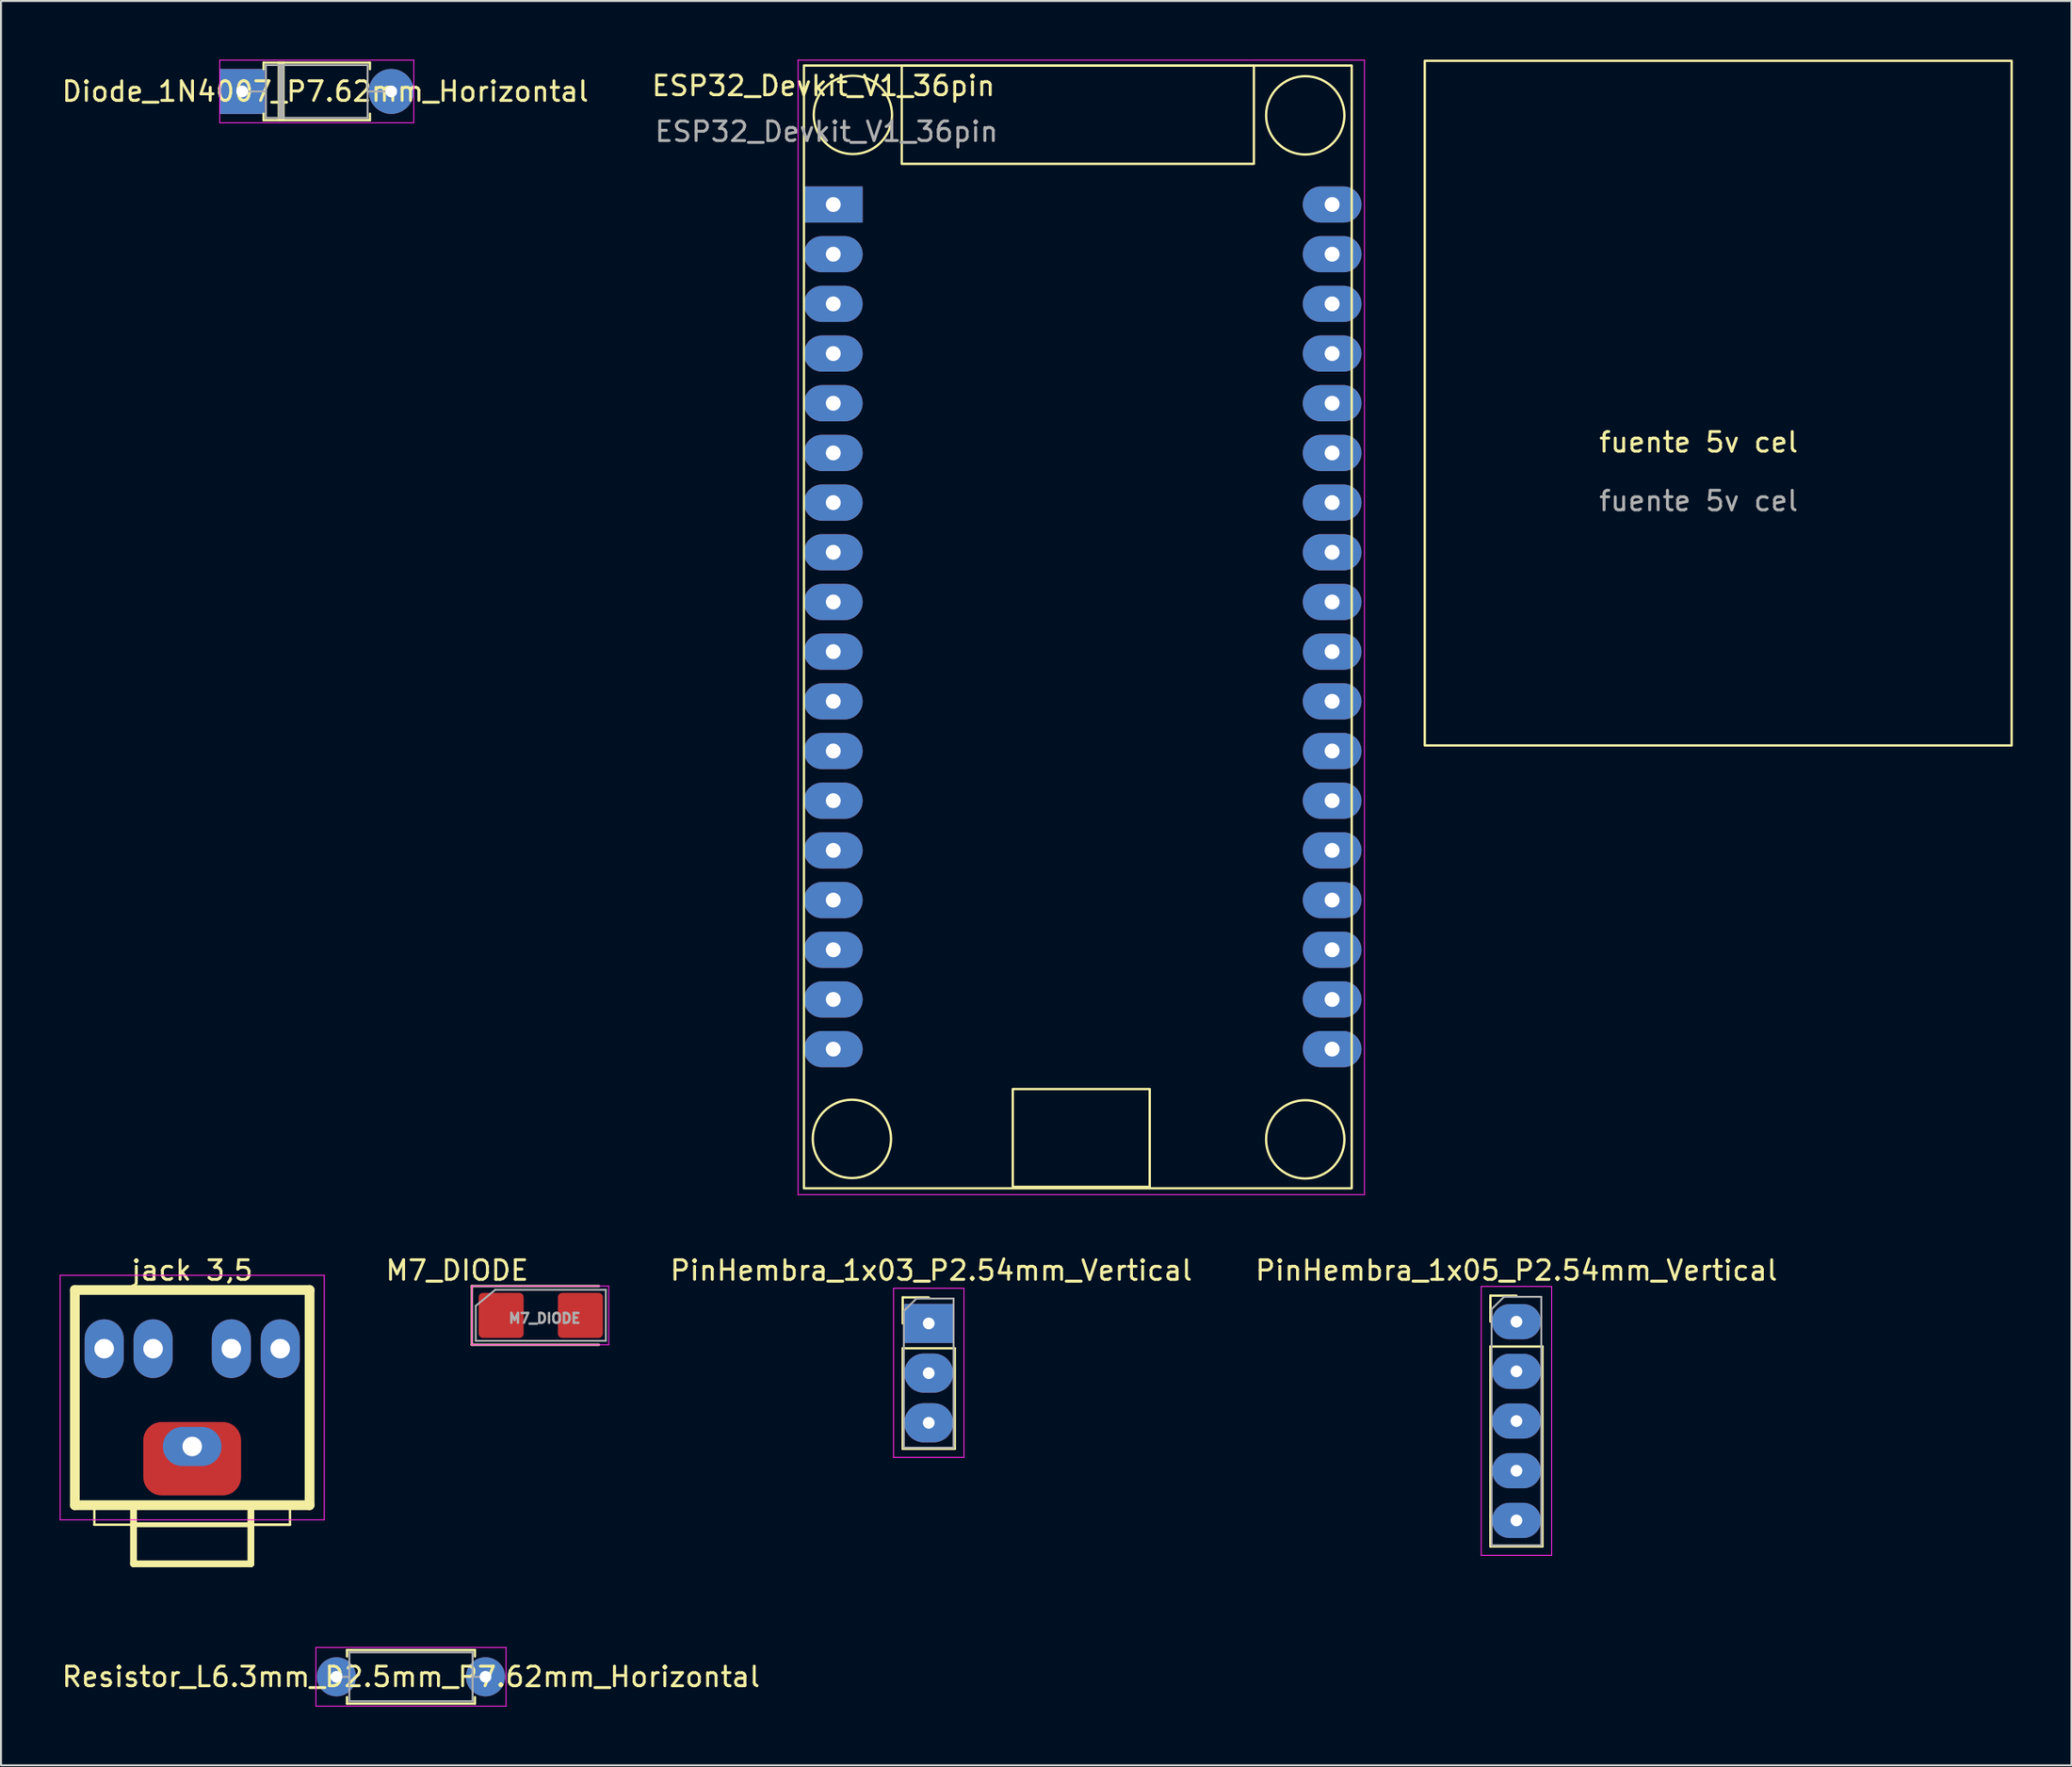
<source format=kicad_pcb>
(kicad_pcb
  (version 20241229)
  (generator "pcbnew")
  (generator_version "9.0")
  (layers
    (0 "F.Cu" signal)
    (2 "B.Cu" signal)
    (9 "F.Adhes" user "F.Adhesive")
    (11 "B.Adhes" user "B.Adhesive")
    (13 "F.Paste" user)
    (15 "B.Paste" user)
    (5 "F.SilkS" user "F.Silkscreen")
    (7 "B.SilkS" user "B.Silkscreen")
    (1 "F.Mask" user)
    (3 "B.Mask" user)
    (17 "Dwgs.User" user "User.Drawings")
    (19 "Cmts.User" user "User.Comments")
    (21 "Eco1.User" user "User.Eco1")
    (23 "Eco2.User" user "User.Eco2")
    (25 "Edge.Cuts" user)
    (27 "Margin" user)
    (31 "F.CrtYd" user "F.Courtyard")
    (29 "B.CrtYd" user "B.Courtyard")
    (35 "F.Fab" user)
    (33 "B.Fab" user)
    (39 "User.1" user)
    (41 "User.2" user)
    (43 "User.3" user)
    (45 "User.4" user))
  (footprint "ESP32_Devkit_V1_36pin"
    (layer "F.Cu")
    (at 38.047 0.3)
    (property "Reference" "ESP32_Devkit_V1_36pin" (at 0.995 1.04 0) (unlocked yes) (layer "F.SilkS") (effects (font (size 1 1) (thickness 0.15))))
    (attr through_hole)
    (fp_rect (start 0 0) (end 28 57.4) (stroke (width 0.12) (type solid)) (fill no) (layer "F.SilkS"))
    (fp_rect (start 5 0) (end 23 5.025) (stroke (width 0.12) (type solid)) (fill no) (layer "F.SilkS"))
    (fp_rect (start 10.675 52.325) (end 17.675 57.325) (stroke (width 0.12) (type solid)) (fill no) (layer "F.SilkS"))
    (fp_circle (center 2.45 54.875) (end 4.425 55.2) (stroke (width 0.12) (type solid)) (fill no) (layer "F.SilkS"))
    (fp_circle (center 2.5 2.525) (end 4.475 2.85) (stroke (width 0.12) (type solid)) (fill no) (layer "F.SilkS"))
    (fp_circle (center 25.625 2.548) (end 27.6 2.873) (stroke (width 0.12) (type solid)) (fill no) (layer "F.SilkS"))
    (fp_circle (center 25.625 54.898) (end 27.627 54.898) (stroke (width 0.12) (type solid)) (fill no) (layer "F.SilkS"))
    (fp_line (start -0.3 -0.275) (end 28.65 -0.275) (stroke (width 0.05) (type solid)) (layer "F.CrtYd"))
    (fp_line (start -0.3 57.725) (end -0.3 -0.275) (stroke (width 0.05) (type solid)) (layer "F.CrtYd"))
    (fp_line (start -0.3 57.725) (end 28.65 57.725) (stroke (width 0.05) (type solid)) (layer "F.CrtYd"))
    (fp_line (start 28.65 57.725) (end 28.65 -0.275) (stroke (width 0.05) (type solid)) (layer "F.CrtYd"))
    (fp_text user "${REFERENCE}" (at 1.155 3.38 0) (unlocked yes) (layer "F.Fab") (effects (font (size 1 1) (thickness 0.15))))
    (pad "1" thru_hole rect (at 1.5 7.105) (size 3 1.85) (drill 0.762) (layers "*.Cu" "*.Mask"))
    (pad "2" thru_hole oval (at 1.5 9.645) (size 3 1.85) (drill 0.762) (layers "*.Cu" "*.Mask"))
    (pad "3" thru_hole oval (at 1.5 12.185) (size 3 1.85) (drill 0.762) (layers "*.Cu" "*.Mask"))
    (pad "4" thru_hole oval (at 1.5 14.725) (size 3 1.85) (drill 0.762) (layers "*.Cu" "*.Mask"))
    (pad "5" thru_hole oval (at 1.5 17.265) (size 3 1.85) (drill 0.762) (layers "*.Cu" "*.Mask"))
    (pad "6" thru_hole oval (at 1.5 19.805) (size 3 1.85) (drill 0.762) (layers "*.Cu" "*.Mask"))
    (pad "7" thru_hole oval (at 1.5 22.345) (size 3 1.85) (drill 0.762) (layers "*.Cu" "*.Mask"))
    (pad "8" thru_hole oval (at 1.5 24.885) (size 3 1.85) (drill 0.762) (layers "*.Cu" "*.Mask"))
    (pad "9" thru_hole oval (at 1.5 27.425) (size 3 1.85) (drill 0.762) (layers "*.Cu" "*.Mask"))
    (pad "10" thru_hole oval (at 1.5 29.965) (size 3 1.85) (drill 0.762) (layers "*.Cu" "*.Mask"))
    (pad "11" thru_hole oval (at 1.5 32.505) (size 3 1.85) (drill 0.762) (layers "*.Cu" "*.Mask"))
    (pad "12" thru_hole oval (at 1.5 35.045) (size 3 1.85) (drill 0.762) (layers "*.Cu" "*.Mask"))
    (pad "13" thru_hole oval (at 1.5 37.585) (size 3 1.85) (drill 0.762) (layers "*.Cu" "*.Mask"))
    (pad "14" thru_hole oval (at 1.5 40.125) (size 3 1.85) (drill 0.762) (layers "*.Cu" "*.Mask"))
    (pad "15" thru_hole oval (at 1.5 42.665) (size 3 1.85) (drill 0.762) (layers "*.Cu" "*.Mask"))
    (pad "16" thru_hole oval (at 1.5 45.205) (size 3 1.85) (drill 0.762) (layers "*.Cu" "*.Mask"))
    (pad "17" thru_hole oval (at 1.5 47.745) (size 3 1.85) (drill 0.762) (layers "*.Cu" "*.Mask"))
    (pad "18" thru_hole oval (at 1.5 50.285) (size 3 1.85) (drill 0.762) (layers "*.Cu" "*.Mask"))
    (pad "19" thru_hole oval (at 27 50.285) (size 3 1.85) (drill 0.762) (layers "*.Cu" "*.Mask"))
    (pad "20" thru_hole oval (at 27 47.745) (size 3 1.85) (drill 0.762) (layers "*.Cu" "*.Mask"))
    (pad "21" thru_hole oval (at 27 45.205) (size 3 1.85) (drill 0.762) (layers "*.Cu" "*.Mask"))
    (pad "22" thru_hole oval (at 27 42.665) (size 3 1.85) (drill 0.762) (layers "*.Cu" "*.Mask"))
    (pad "23" thru_hole oval (at 27 40.125) (size 3 1.85) (drill 0.762) (layers "*.Cu" "*.Mask"))
    (pad "24" thru_hole oval (at 27 37.585) (size 3 1.85) (drill 0.762) (layers "*.Cu" "*.Mask"))
    (pad "25" thru_hole oval (at 27 35.045) (size 3 1.85) (drill 0.762) (layers "*.Cu" "*.Mask"))
    (pad "26" thru_hole oval (at 27 32.505) (size 3 1.85) (drill 0.762) (layers "*.Cu" "*.Mask"))
    (pad "27" thru_hole oval (at 27 29.965) (size 3 1.85) (drill 0.762) (layers "*.Cu" "*.Mask"))
    (pad "28" thru_hole oval (at 27 27.425) (size 3 1.85) (drill 0.762) (layers "*.Cu" "*.Mask"))
    (pad "29" thru_hole oval (at 27 24.885) (size 3 1.85) (drill 0.762) (layers "*.Cu" "*.Mask"))
    (pad "30" thru_hole oval (at 27 22.345) (size 3 1.85) (drill 0.762) (layers "*.Cu" "*.Mask"))
    (pad "31" thru_hole oval (at 27 19.805) (size 3 1.85) (drill 0.762) (layers "*.Cu" "*.Mask"))
    (pad "32" thru_hole oval (at 27 17.265) (size 3 1.85) (drill 0.762) (layers "*.Cu" "*.Mask"))
    (pad "33" thru_hole oval (at 27 14.725) (size 3 1.85) (drill 0.762) (layers "*.Cu" "*.Mask"))
    (pad "34" thru_hole oval (at 27 12.185) (size 3 1.85) (drill 0.762) (layers "*.Cu" "*.Mask"))
    (pad "35" thru_hole oval (at 27 9.645) (size 3 1.85) (drill 0.762) (layers "*.Cu" "*.Mask"))
    (pad "36" thru_hole oval (at 27 7.105) (size 3 1.85) (drill 0.762) (layers "*.Cu" "*.Mask")))
  (footprint "Resistor_L6.3mm_D2.5mm_P7.62mm_Horizontal"
    (layer "F.Cu")
    (at 17.958 82.673)
    (property "Reference" "Resistor_L6.3mm_D2.5mm_P7.62mm_Horizontal" (at 0 0 0) (unlocked yes) (layer "F.SilkS") (effects (font (size 1 1) (thickness 0.15))))
    (attr through_hole)
    (fp_line (start -3.27 -1.37) (end 3.27 -1.37) (stroke (width 0.12) (type solid)) (layer "F.SilkS"))
    (fp_line (start -3.27 -1.04) (end -3.27 -1.37) (stroke (width 0.12) (type solid)) (layer "F.SilkS"))
    (fp_line (start -3.27 1.04) (end -3.27 1.37) (stroke (width 0.12) (type solid)) (layer "F.SilkS"))
    (fp_line (start -3.27 1.37) (end 3.27 1.37) (stroke (width 0.12) (type solid)) (layer "F.SilkS"))
    (fp_line (start 3.27 -1.37) (end 3.27 -1.04) (stroke (width 0.12) (type solid)) (layer "F.SilkS"))
    (fp_line (start 3.27 1.37) (end 3.27 1.04) (stroke (width 0.12) (type solid)) (layer "F.SilkS"))
    (fp_line (start -4.86 -1.5) (end -4.86 1.5) (stroke (width 0.05) (type solid)) (layer "F.CrtYd"))
    (fp_line (start -4.86 1.5) (end 4.86 1.5) (stroke (width 0.05) (type solid)) (layer "F.CrtYd"))
    (fp_line (start 4.86 -1.5) (end -4.86 -1.5) (stroke (width 0.05) (type solid)) (layer "F.CrtYd"))
    (fp_line (start 4.86 1.5) (end 4.86 -1.5) (stroke (width 0.05) (type solid)) (layer "F.CrtYd"))
    (fp_line (start -3.81 0) (end -3.15 0) (stroke (width 0.1) (type solid)) (layer "F.Fab"))
    (fp_line (start -3.15 -1.25) (end -3.15 1.25) (stroke (width 0.1) (type solid)) (layer "F.Fab"))
    (fp_line (start -3.15 1.25) (end 3.15 1.25) (stroke (width 0.1) (type solid)) (layer "F.Fab"))
    (fp_line (start 3.15 -1.25) (end -3.15 -1.25) (stroke (width 0.1) (type solid)) (layer "F.Fab"))
    (fp_line (start 3.15 1.25) (end 3.15 -1.25) (stroke (width 0.1) (type solid)) (layer "F.Fab"))
    (fp_line (start 3.81 0) (end 3.15 0) (stroke (width 0.1) (type solid)) (layer "F.Fab"))
    (pad "1" thru_hole circle (at -3.81 0) (size 2 2) (drill 0.6) (layers "*.Cu" "*.Mask"))
    (pad "2" thru_hole oval (at 3.81 0) (size 2 2) (drill 0.6) (layers "*.Cu" "*.Mask")))
  (footprint "M7_DIODE"
    (layer "F.Cu")
    (at 21.068 64.198)
    (property "Reference" "M7_DIODE" (at -0.75 -2.3 0) (unlocked yes) (layer "F.SilkS") (effects (font (size 1 1) (thickness 0.15))))
    (attr smd)
    (fp_line (start 0 -1.5) (end 0 1.5) (stroke (width 0.12) (type solid)) (layer "F.SilkS"))
    (fp_line (start 0 1.5) (end 6.5 1.5) (stroke (width 0.12) (type solid)) (layer "F.SilkS"))
    (fp_line (start 6.5 -1.5) (end 0 -1.5) (stroke (width 0.12) (type solid)) (layer "F.SilkS"))
    (fp_line (start 0 -1.5) (end 7 -1.5) (stroke (width 0.05) (type solid)) (layer "F.CrtYd"))
    (fp_line (start 0 1.5) (end 0 -1.5) (stroke (width 0.05) (type solid)) (layer "F.CrtYd"))
    (fp_line (start 7 -1.5) (end 7 1.5) (stroke (width 0.05) (type solid)) (layer "F.CrtYd"))
    (fp_line (start 7 1.5) (end 0 1.5) (stroke (width 0.05) (type solid)) (layer "F.CrtYd"))
    (fp_line (start 0.2 -0.487) (end 0.2 1.3) (stroke (width 0.1) (type solid)) (layer "F.Fab"))
    (fp_line (start 0.2 1.3) (end 6.85 1.3) (stroke (width 0.1) (type solid)) (layer "F.Fab"))
    (fp_line (start 1.2 -1.312) (end 0.2 -0.487) (stroke (width 0.1) (type solid)) (layer "F.Fab"))
    (fp_line (start 6.85 -1.31) (end 1.2 -1.312) (stroke (width 0.1) (type solid)) (layer "F.Fab"))
    (fp_line (start 6.85 1.3) (end 6.85 -1.31) (stroke (width 0.1) (type solid)) (layer "F.Fab"))
    (fp_text user "${REFERENCE}" (at 3.725 0.15 0) (unlocked yes) (layer "F.Fab") (effects (font (size 0.5 0.5) (thickness 0.125))))
    (pad "1" smd roundrect (at 1.5 0) (size 2.3 2.3) (layers "F.Cu" "F.Mask" "F.Paste") (roundrect_rratio 0.094))
    (pad "2" smd roundrect (at 5.55 0) (size 2.3 2.3) (layers "F.Cu" "F.Mask" "F.Paste") (roundrect_rratio 0.094)))
  (footprint "Diode_1N4007_P7.62mm_Horizontal"
    (layer "F.Cu")
    (at 13.527 1.625)
    (property "Reference" "Diode_1N4007_P7.62mm_Horizontal" (at 0.05 0 0) (unlocked yes) (layer "F.SilkS") (effects (font (size 1 1) (thickness 0.15))))
    (attr through_hole)
    (fp_line (start -3.105 -1.47) (end 2.335 -1.47) (stroke (width 0.12) (type solid)) (layer "F.SilkS"))
    (fp_line (start -3.105 -1.14) (end -3.105 -1.47) (stroke (width 0.12) (type solid)) (layer "F.SilkS"))
    (fp_line (start -3.105 1.14) (end -3.105 1.47) (stroke (width 0.12) (type solid)) (layer "F.SilkS"))
    (fp_line (start -3.105 1.47) (end 2.335 1.47) (stroke (width 0.12) (type solid)) (layer "F.SilkS"))
    (fp_line (start -2.325 -1.47) (end -2.325 1.47) (stroke (width 0.12) (type solid)) (layer "F.SilkS"))
    (fp_line (start -2.205 -1.47) (end -2.205 1.47) (stroke (width 0.12) (type solid)) (layer "F.SilkS"))
    (fp_line (start -2.085 -1.47) (end -2.085 1.47) (stroke (width 0.12) (type solid)) (layer "F.SilkS"))
    (fp_line (start 2.335 -1.47) (end 2.335 -1.14) (stroke (width 0.12) (type solid)) (layer "F.SilkS"))
    (fp_line (start 2.335 1.47) (end 2.335 1.14) (stroke (width 0.12) (type solid)) (layer "F.SilkS"))
    (fp_line (start -5.345 -1.6) (end -5.345 1.6) (stroke (width 0.05) (type solid)) (layer "F.CrtYd"))
    (fp_line (start -5.345 1.6) (end 4.575 1.6) (stroke (width 0.05) (type solid)) (layer "F.CrtYd"))
    (fp_line (start 4.575 -1.6) (end -5.345 -1.6) (stroke (width 0.05) (type solid)) (layer "F.CrtYd"))
    (fp_line (start 4.575 1.6) (end 4.575 -1.6) (stroke (width 0.05) (type solid)) (layer "F.CrtYd"))
    (fp_line (start -4.195 0) (end -2.985 0) (stroke (width 0.1) (type solid)) (layer "F.Fab"))
    (fp_line (start -2.985 -1.35) (end -2.985 1.35) (stroke (width 0.1) (type solid)) (layer "F.Fab"))
    (fp_line (start -2.985 1.35) (end 2.215 1.35) (stroke (width 0.1) (type solid)) (layer "F.Fab"))
    (fp_line (start -2.305 -1.35) (end -2.305 1.35) (stroke (width 0.1) (type solid)) (layer "F.Fab"))
    (fp_line (start -2.205 -1.35) (end -2.205 1.35) (stroke (width 0.1) (type solid)) (layer "F.Fab"))
    (fp_line (start -2.105 -1.35) (end -2.105 1.35) (stroke (width 0.1) (type solid)) (layer "F.Fab"))
    (fp_line (start 2.215 -1.35) (end -2.985 -1.35) (stroke (width 0.1) (type solid)) (layer "F.Fab"))
    (fp_line (start 2.215 1.35) (end 2.215 -1.35) (stroke (width 0.1) (type solid)) (layer "F.Fab"))
    (fp_line (start 3.425 0) (end 2.215 0) (stroke (width 0.1) (type solid)) (layer "F.Fab"))
    (pad "1" thru_hole rect (at -4.195 0) (size 2.3 2.3) (drill 0.6) (layers "*.Cu" "*.Mask"))
    (pad "2" thru_hole oval (at 3.425 0) (size 2.3 2.3) (drill 0.6) (layers "*.Cu" "*.Mask")))
  (footprint "jack 3,5"
    (layer "F.Cu")
    (at 3.775 77.898)
    (property "Reference" "jack 3,5" (at 3 -16 0) (unlocked yes) (layer "F.SilkS") (effects (font (size 1 1) (thickness 0.15))))
    (attr through_hole)
    (fp_line (start -3 -15) (end 9 -15) (stroke (width 0.5) (type default)) (layer "F.SilkS"))
    (fp_line (start -3 -4) (end -3 -15) (stroke (width 0.5) (type default)) (layer "F.SilkS"))
    (fp_line (start -3 -4) (end 9 -4) (stroke (width 0.5) (type default)) (layer "F.SilkS"))
    (fp_line (start -2 -3) (end -2 -4) (stroke (width 0.12) (type default)) (layer "F.SilkS"))
    (fp_line (start -2 -3) (end 0 -3) (stroke (width 0.12) (type default)) (layer "F.SilkS"))
    (fp_line (start 0 -3) (end 6 -3) (stroke (width 0.25) (type default)) (layer "F.SilkS"))
    (fp_line (start 0 -1) (end 0 -4) (stroke (width 0.35) (type default)) (layer "F.SilkS"))
    (fp_line (start 6 -3) (end 8 -3) (stroke (width 0.12) (type default)) (layer "F.SilkS"))
    (fp_line (start 6 -1) (end 0 -1) (stroke (width 0.35) (type default)) (layer "F.SilkS"))
    (fp_line (start 6 -1) (end 6 -4) (stroke (width 0.35) (type default)) (layer "F.SilkS"))
    (fp_line (start 8 -3) (end 6 -3) (stroke (width 0.12) (type default)) (layer "F.SilkS"))
    (fp_line (start 8 -3) (end 8 -4) (stroke (width 0.12) (type default)) (layer "F.SilkS"))
    (fp_line (start 9 -15) (end 9 -4) (stroke (width 0.5) (type default)) (layer "F.SilkS"))
    (fp_line (start -3.75 -15.75) (end -3.75 -3.25) (stroke (width 0.05) (type default)) (layer "F.CrtYd"))
    (fp_line (start -3.75 -3.25) (end 9.75 -3.25) (stroke (width 0.05) (type default)) (layer "F.CrtYd"))
    (fp_line (start 9.75 -15.75) (end -3.75 -15.75) (stroke (width 0.05) (type default)) (layer "F.CrtYd"))
    (fp_line (start 9.75 -3.25) (end 9.75 -15.75) (stroke (width 0.05) (type default)) (layer "F.CrtYd"))
    (pad "" smd roundrect (at 3 -6.375 90) (size 3.75 5) (layers "F.Cu" "F.Mask" "F.Paste") (roundrect_rratio 0.25))
    (pad "1" thru_hole oval (at -1.5 -12) (size 2 3) (drill 1) (layers "*.Cu" "*.Mask"))
    (pad "2" thru_hole oval (at 1 -12) (size 2 3) (drill 1) (layers "*.Cu" "*.Mask"))
    (pad "3" thru_hole oval (at 5 -12) (size 2 3) (drill 1) (layers "*.Cu" "*.Mask"))
    (pad "4" thru_hole oval (at 7.5 -12) (size 2 3) (drill 1) (layers "*.Cu" "*.Mask" "Eco1.User"))
    (pad "5" thru_hole oval (at 3 -7) (size 3 2) (drill 1) (layers "*.Cu" "*.Mask" "Eco1.User")))
  (footprint "fuente 5v cel"
    (layer "F.Cu")
    (at 84.782 17.56)
    (property "Reference" "fuente 5v cel" (at -1 2 0) (unlocked yes) (layer "F.SilkS") (effects (font (size 1 1) (thickness 0.15))))
    (attr through_hole)
    (fp_rect (start -15 -17.5) (end 15 17.5) (stroke (width 0.12) (type default)) (fill no) (layer "F.SilkS"))
    (fp_text user "${REFERENCE}" (at -1 5 0) (unlocked yes) (layer "F.Fab") (effects (font (size 1 1) (thickness 0.15)))))
  (footprint "PinHembra_1x03_P2.54mm_Vertical"
    (layer "F.Cu")
    (at 44.551 67.148)
    (property "Reference" "PinHembra_1x03_P2.54mm_Vertical" (at 0 -5.25 0) (unlocked yes) (layer "F.SilkS") (effects (font (size 1 1) (thickness 0.15))))
    (attr through_hole)
    (fp_line (start -1.455 -3.87) (end -0.125 -3.87) (stroke (width 0.12) (type solid)) (layer "F.SilkS"))
    (fp_line (start -1.455 -2.54) (end -1.455 -3.87) (stroke (width 0.12) (type solid)) (layer "F.SilkS"))
    (fp_line (start -1.455 -1.27) (end -1.455 3.87) (stroke (width 0.12) (type solid)) (layer "F.SilkS"))
    (fp_line (start -1.455 -1.27) (end 1.205 -1.27) (stroke (width 0.12) (type solid)) (layer "F.SilkS"))
    (fp_line (start -1.455 3.87) (end 1.205 3.87) (stroke (width 0.12) (type solid)) (layer "F.SilkS"))
    (fp_line (start 1.205 -1.27) (end 1.205 3.87) (stroke (width 0.12) (type solid)) (layer "F.SilkS"))
    (fp_line (start -1.925 -4.34) (end -1.925 4.31) (stroke (width 0.05) (type solid)) (layer "F.CrtYd"))
    (fp_line (start -1.925 4.31) (end 1.675 4.31) (stroke (width 0.05) (type solid)) (layer "F.CrtYd"))
    (fp_line (start 1.675 -4.34) (end -1.925 -4.34) (stroke (width 0.05) (type solid)) (layer "F.CrtYd"))
    (fp_line (start 1.675 4.31) (end 1.675 -4.34) (stroke (width 0.05) (type solid)) (layer "F.CrtYd"))
    (fp_line (start -1.395 -3.175) (end -0.76 -3.81) (stroke (width 0.1) (type solid)) (layer "F.Fab"))
    (fp_line (start -1.395 3.81) (end -1.395 -3.175) (stroke (width 0.1) (type solid)) (layer "F.Fab"))
    (fp_line (start -0.76 -3.81) (end 1.145 -3.81) (stroke (width 0.1) (type solid)) (layer "F.Fab"))
    (fp_line (start 1.145 -3.81) (end 1.145 3.81) (stroke (width 0.1) (type solid)) (layer "F.Fab"))
    (fp_line (start 1.145 3.81) (end -1.395 3.81) (stroke (width 0.1) (type solid)) (layer "F.Fab"))
    (pad "1" thru_hole rect (at -0.125 -2.54) (size 2.5 2) (drill 0.6) (layers "*.Cu" "*.Mask"))
    (pad "2" thru_hole oval (at -0.125 0) (size 2.5 2) (drill 0.6) (layers "*.Cu" "*.Mask"))
    (pad "3" thru_hole oval (at -0.125 2.54) (size 2.5 2) (drill 0.6) (layers "*.Cu" "*.Mask")))
  (footprint "PinHembra_1x05_P2.54mm_Vertical"
    (layer "F.Cu")
    (at 74.468 69.598)
    (property "Reference" "PinHembra_1x05_P2.54mm_Vertical" (at 0 -7.7 0) (unlocked yes) (layer "F.SilkS") (effects (font (size 1 1) (thickness 0.15))))
    (attr through_hole)
    (fp_line (start -1.33 -6.41) (end 0 -6.41) (stroke (width 0.12) (type solid)) (layer "F.SilkS"))
    (fp_line (start -1.33 -5.08) (end -1.33 -6.41) (stroke (width 0.12) (type solid)) (layer "F.SilkS"))
    (fp_line (start -1.33 -3.81) (end -1.33 6.41) (stroke (width 0.12) (type solid)) (layer "F.SilkS"))
    (fp_line (start -1.33 -3.81) (end 1.33 -3.81) (stroke (width 0.12) (type solid)) (layer "F.SilkS"))
    (fp_line (start -1.33 6.41) (end 1.33 6.41) (stroke (width 0.12) (type solid)) (layer "F.SilkS"))
    (fp_line (start 1.33 -3.81) (end 1.33 6.41) (stroke (width 0.12) (type solid)) (layer "F.SilkS"))
    (fp_line (start -1.8 -6.88) (end -1.8 6.87) (stroke (width 0.05) (type solid)) (layer "F.CrtYd"))
    (fp_line (start -1.8 6.87) (end 1.8 6.87) (stroke (width 0.05) (type solid)) (layer "F.CrtYd"))
    (fp_line (start 1.8 -6.88) (end -1.8 -6.88) (stroke (width 0.05) (type solid)) (layer "F.CrtYd"))
    (fp_line (start 1.8 6.87) (end 1.8 -6.88) (stroke (width 0.05) (type solid)) (layer "F.CrtYd"))
    (fp_line (start -1.27 -5.715) (end -0.635 -6.35) (stroke (width 0.1) (type solid)) (layer "F.Fab"))
    (fp_line (start -1.27 6.35) (end -1.27 -5.715) (stroke (width 0.1) (type solid)) (layer "F.Fab"))
    (fp_line (start -0.635 -6.35) (end 1.27 -6.35) (stroke (width 0.1) (type solid)) (layer "F.Fab"))
    (fp_line (start 1.27 -6.35) (end 1.27 6.35) (stroke (width 0.1) (type solid)) (layer "F.Fab"))
    (fp_line (start 1.27 6.35) (end -1.27 6.35) (stroke (width 0.1) (type solid)) (layer "F.Fab"))
    (pad "1" thru_hole oval (at 0 -5.08) (size 2.5 1.8) (drill 0.6) (layers "*.Cu" "*.Mask"))
    (pad "2" thru_hole oval (at 0 -2.54) (size 2.5 1.8) (drill 0.6) (layers "*.Cu" "*.Mask"))
    (pad "3" thru_hole oval (at 0 0) (size 2.5 1.8) (drill 0.6) (layers "*.Cu" "*.Mask"))
    (pad "4" thru_hole oval (at 0 2.54) (size 2.5 1.8) (drill 0.6) (layers "*.Cu" "*.Mask"))
    (pad "5" thru_hole oval (at 0 5.08) (size 2.5 1.8) (drill 0.6) (layers "*.Cu" "*.Mask")))
  (gr_rect
    (start -3 -3)
    (end 102.842 87.198)
    (stroke (width 0.1) (type default))
    (fill no)
    (layer "Edge.Cuts")))
</source>
